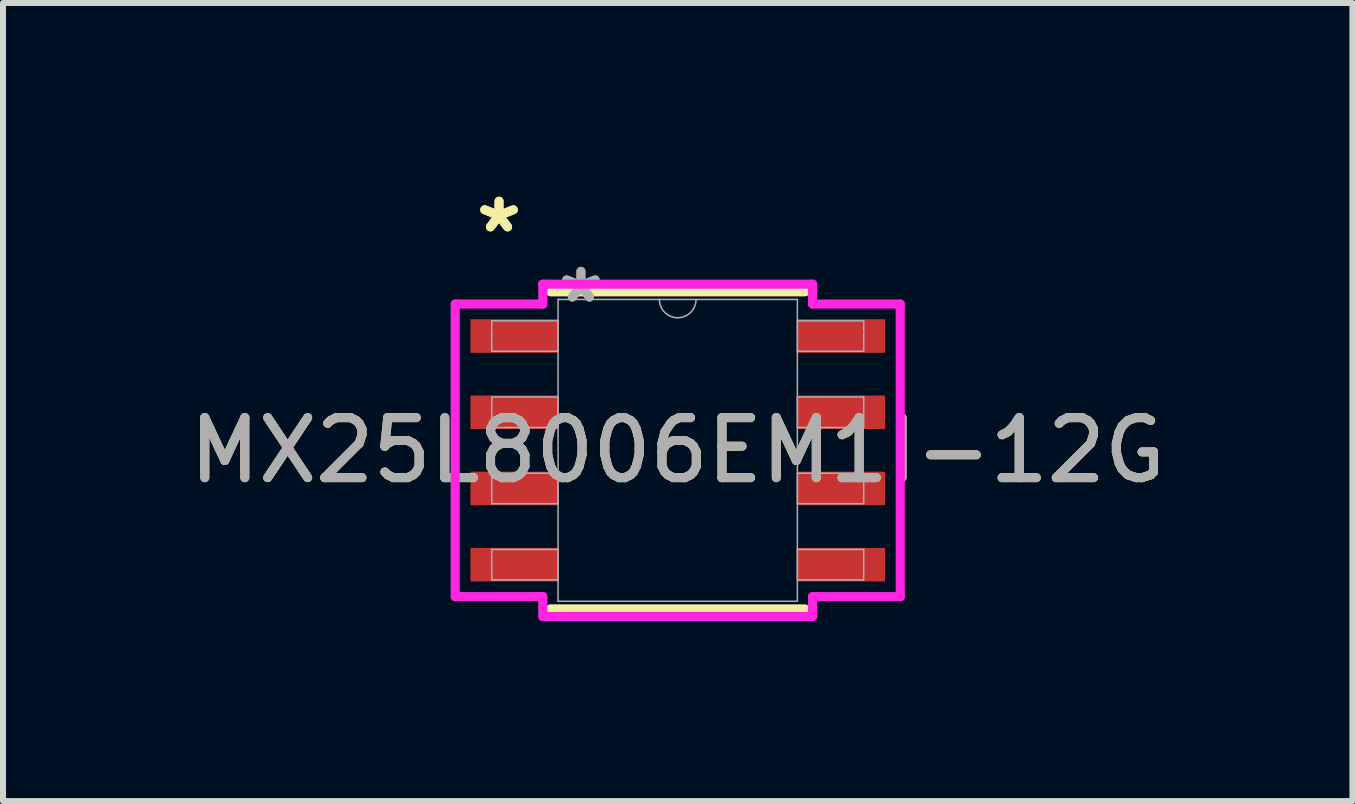
<source format=kicad_pcb>
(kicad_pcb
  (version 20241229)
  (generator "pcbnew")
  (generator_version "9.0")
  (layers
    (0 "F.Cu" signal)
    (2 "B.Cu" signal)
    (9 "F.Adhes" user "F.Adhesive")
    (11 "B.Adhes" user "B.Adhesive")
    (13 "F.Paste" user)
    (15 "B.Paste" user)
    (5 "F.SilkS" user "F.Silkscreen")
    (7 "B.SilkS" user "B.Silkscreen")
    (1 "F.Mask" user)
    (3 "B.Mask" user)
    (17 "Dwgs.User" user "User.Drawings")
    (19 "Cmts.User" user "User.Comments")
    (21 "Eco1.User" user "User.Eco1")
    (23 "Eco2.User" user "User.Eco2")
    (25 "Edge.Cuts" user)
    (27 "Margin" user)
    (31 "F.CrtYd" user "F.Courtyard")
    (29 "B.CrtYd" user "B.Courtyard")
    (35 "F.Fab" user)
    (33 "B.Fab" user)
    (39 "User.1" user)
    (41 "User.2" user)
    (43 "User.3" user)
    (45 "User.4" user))
  (footprint "MX25L8006EM1I-12G"
    (layer "F.Cu")
    (at 8.244 4.455)
    (property "Reference" "MX25L8006EM1I-12G" (at 0 0 0) (unlocked yes) (layer "F.SilkS") (effects (font (size 1 1) (thickness 0.15))))
    (attr smd)
    (fp_line (start -2.121 2.642) (end 2.121 2.642) (stroke (width 0.152) (type solid)) (layer "F.SilkS"))
    (fp_line (start 2.121 -2.642) (end -2.121 -2.642) (stroke (width 0.152) (type solid)) (layer "F.SilkS"))
    (fp_line (start -3.708 -2.438) (end -2.248 -2.438) (stroke (width 0.152) (type solid)) (layer "F.CrtYd"))
    (fp_line (start -3.708 2.438) (end -3.708 -2.438) (stroke (width 0.152) (type solid)) (layer "F.CrtYd"))
    (fp_line (start -3.708 2.438) (end -2.248 2.438) (stroke (width 0.152) (type solid)) (layer "F.CrtYd"))
    (fp_line (start -2.248 -2.769) (end 2.248 -2.769) (stroke (width 0.152) (type solid)) (layer "F.CrtYd"))
    (fp_line (start -2.248 -2.438) (end -2.248 -2.769) (stroke (width 0.152) (type solid)) (layer "F.CrtYd"))
    (fp_line (start -2.248 2.769) (end -2.248 2.438) (stroke (width 0.152) (type solid)) (layer "F.CrtYd"))
    (fp_line (start 2.248 -2.769) (end 2.248 -2.438) (stroke (width 0.152) (type solid)) (layer "F.CrtYd"))
    (fp_line (start 2.248 2.438) (end 2.248 2.769) (stroke (width 0.152) (type solid)) (layer "F.CrtYd"))
    (fp_line (start 2.248 2.769) (end -2.248 2.769) (stroke (width 0.152) (type solid)) (layer "F.CrtYd"))
    (fp_line (start 3.708 -2.438) (end 2.248 -2.438) (stroke (width 0.152) (type solid)) (layer "F.CrtYd"))
    (fp_line (start 3.708 -2.438) (end 3.708 2.438) (stroke (width 0.152) (type solid)) (layer "F.CrtYd"))
    (fp_line (start 3.708 2.438) (end 2.248 2.438) (stroke (width 0.152) (type solid)) (layer "F.CrtYd"))
    (fp_line (start -3.099 -2.159) (end -3.099 -1.651) (stroke (width 0.025) (type solid)) (layer "F.Fab"))
    (fp_line (start -3.099 -1.651) (end -1.994 -1.651) (stroke (width 0.025) (type solid)) (layer "F.Fab"))
    (fp_line (start -3.099 -0.889) (end -3.099 -0.381) (stroke (width 0.025) (type solid)) (layer "F.Fab"))
    (fp_line (start -3.099 -0.381) (end -1.994 -0.381) (stroke (width 0.025) (type solid)) (layer "F.Fab"))
    (fp_line (start -3.099 0.381) (end -3.099 0.889) (stroke (width 0.025) (type solid)) (layer "F.Fab"))
    (fp_line (start -3.099 0.889) (end -1.994 0.889) (stroke (width 0.025) (type solid)) (layer "F.Fab"))
    (fp_line (start -3.099 1.651) (end -3.099 2.159) (stroke (width 0.025) (type solid)) (layer "F.Fab"))
    (fp_line (start -3.099 2.159) (end -1.994 2.159) (stroke (width 0.025) (type solid)) (layer "F.Fab"))
    (fp_line (start -1.994 -2.515) (end -1.994 2.515) (stroke (width 0.025) (type solid)) (layer "F.Fab"))
    (fp_line (start -1.994 -2.159) (end -3.099 -2.159) (stroke (width 0.025) (type solid)) (layer "F.Fab"))
    (fp_line (start -1.994 -1.651) (end -1.994 -2.159) (stroke (width 0.025) (type solid)) (layer "F.Fab"))
    (fp_line (start -1.994 -0.889) (end -3.099 -0.889) (stroke (width 0.025) (type solid)) (layer "F.Fab"))
    (fp_line (start -1.994 -0.381) (end -1.994 -0.889) (stroke (width 0.025) (type solid)) (layer "F.Fab"))
    (fp_line (start -1.994 0.381) (end -3.099 0.381) (stroke (width 0.025) (type solid)) (layer "F.Fab"))
    (fp_line (start -1.994 0.889) (end -1.994 0.381) (stroke (width 0.025) (type solid)) (layer "F.Fab"))
    (fp_line (start -1.994 1.651) (end -3.099 1.651) (stroke (width 0.025) (type solid)) (layer "F.Fab"))
    (fp_line (start -1.994 2.159) (end -1.994 1.651) (stroke (width 0.025) (type solid)) (layer "F.Fab"))
    (fp_line (start -1.994 2.515) (end 1.994 2.515) (stroke (width 0.025) (type solid)) (layer "F.Fab"))
    (fp_line (start 1.994 -2.515) (end -1.994 -2.515) (stroke (width 0.025) (type solid)) (layer "F.Fab"))
    (fp_line (start 1.994 -2.159) (end 1.994 -1.651) (stroke (width 0.025) (type solid)) (layer "F.Fab"))
    (fp_line (start 1.994 -1.651) (end 3.099 -1.651) (stroke (width 0.025) (type solid)) (layer "F.Fab"))
    (fp_line (start 1.994 -0.889) (end 1.994 -0.381) (stroke (width 0.025) (type solid)) (layer "F.Fab"))
    (fp_line (start 1.994 -0.381) (end 3.099 -0.381) (stroke (width 0.025) (type solid)) (layer "F.Fab"))
    (fp_line (start 1.994 0.381) (end 1.994 0.889) (stroke (width 0.025) (type solid)) (layer "F.Fab"))
    (fp_line (start 1.994 0.889) (end 3.099 0.889) (stroke (width 0.025) (type solid)) (layer "F.Fab"))
    (fp_line (start 1.994 1.651) (end 1.994 2.159) (stroke (width 0.025) (type solid)) (layer "F.Fab"))
    (fp_line (start 1.994 2.159) (end 3.099 2.159) (stroke (width 0.025) (type solid)) (layer "F.Fab"))
    (fp_line (start 1.994 2.515) (end 1.994 -2.515) (stroke (width 0.025) (type solid)) (layer "F.Fab"))
    (fp_line (start 3.099 -2.159) (end 1.994 -2.159) (stroke (width 0.025) (type solid)) (layer "F.Fab"))
    (fp_line (start 3.099 -1.651) (end 3.099 -2.159) (stroke (width 0.025) (type solid)) (layer "F.Fab"))
    (fp_line (start 3.099 -0.889) (end 1.994 -0.889) (stroke (width 0.025) (type solid)) (layer "F.Fab"))
    (fp_line (start 3.099 -0.381) (end 3.099 -0.889) (stroke (width 0.025) (type solid)) (layer "F.Fab"))
    (fp_line (start 3.099 0.381) (end 1.994 0.381) (stroke (width 0.025) (type solid)) (layer "F.Fab"))
    (fp_line (start 3.099 0.889) (end 3.099 0.381) (stroke (width 0.025) (type solid)) (layer "F.Fab"))
    (fp_line (start 3.099 1.651) (end 1.994 1.651) (stroke (width 0.025) (type solid)) (layer "F.Fab"))
    (fp_line (start 3.099 2.159) (end 3.099 1.651) (stroke (width 0.025) (type solid)) (layer "F.Fab"))
    (fp_arc (start 0.3048 -2.5146) (mid 0 -2.2098) (end -0.3048 -2.5146) (stroke (width 0.0254) (type solid)) (layer "F.Fab"))
    (fp_text user "*" (at -2.978 -3.607 0) (layer "F.SilkS") (effects (font (size 1 1) (thickness 0.15))))
    (fp_text user "*" (at -2.978 -3.607 0) (unlocked yes) (layer "F.SilkS") (effects (font (size 1 1) (thickness 0.15))))
    (fp_text user "*" (at -1.613 -2.438 0) (layer "F.Fab") (effects (font (size 1 1) (thickness 0.15))))
    (fp_text user "*" (at -1.613 -2.438 0) (unlocked yes) (layer "F.Fab") (effects (font (size 1 1) (thickness 0.15))))
    (fp_text user "${REFERENCE}" (at 0 0 0) (unlocked yes) (layer "F.Fab") (effects (font (size 1 1) (thickness 0.15))))
    (pad "1" smd rect (at -2.724 -1.905) (size 1.46 0.559) (layers "F.Cu" "F.Mask" "F.Paste"))
    (pad "2" smd rect (at -2.724 -0.635) (size 1.46 0.559) (layers "F.Cu" "F.Mask" "F.Paste"))
    (pad "3" smd rect (at -2.724 0.635) (size 1.46 0.559) (layers "F.Cu" "F.Mask" "F.Paste"))
    (pad "4" smd rect (at -2.724 1.905) (size 1.46 0.559) (layers "F.Cu" "F.Mask" "F.Paste"))
    (pad "5" smd rect (at 2.724 1.905) (size 1.46 0.559) (layers "F.Cu" "F.Mask" "F.Paste"))
    (pad "6" smd rect (at 2.724 0.635) (size 1.46 0.559) (layers "F.Cu" "F.Mask" "F.Paste"))
    (pad "7" smd rect (at 2.724 -0.635) (size 1.46 0.559) (layers "F.Cu" "F.Mask" "F.Paste"))
    (pad "8" smd rect (at 2.724 -1.905) (size 1.46 0.559) (layers "F.Cu" "F.Mask" "F.Paste")))
  (gr_rect
    (start -3 -3)
    (end 19.488 10.3)
    (stroke (width 0.1) (type default))
    (fill no)
    (layer "Edge.Cuts")))
</source>
